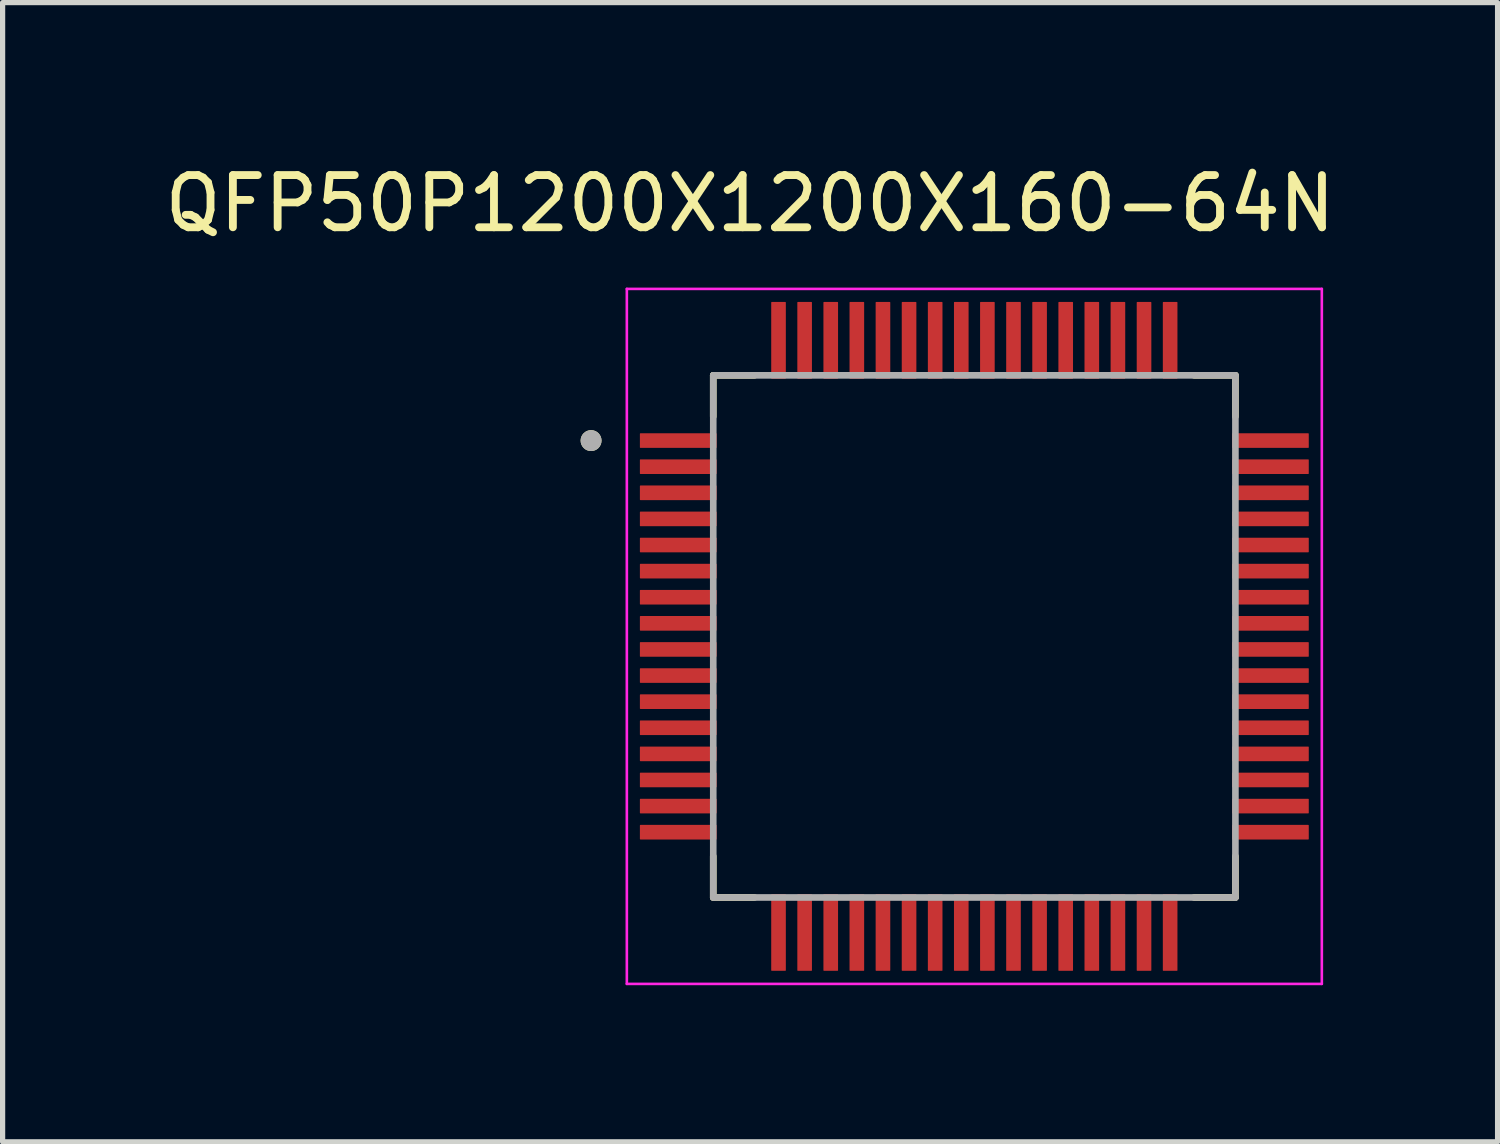
<source format=kicad_pcb>
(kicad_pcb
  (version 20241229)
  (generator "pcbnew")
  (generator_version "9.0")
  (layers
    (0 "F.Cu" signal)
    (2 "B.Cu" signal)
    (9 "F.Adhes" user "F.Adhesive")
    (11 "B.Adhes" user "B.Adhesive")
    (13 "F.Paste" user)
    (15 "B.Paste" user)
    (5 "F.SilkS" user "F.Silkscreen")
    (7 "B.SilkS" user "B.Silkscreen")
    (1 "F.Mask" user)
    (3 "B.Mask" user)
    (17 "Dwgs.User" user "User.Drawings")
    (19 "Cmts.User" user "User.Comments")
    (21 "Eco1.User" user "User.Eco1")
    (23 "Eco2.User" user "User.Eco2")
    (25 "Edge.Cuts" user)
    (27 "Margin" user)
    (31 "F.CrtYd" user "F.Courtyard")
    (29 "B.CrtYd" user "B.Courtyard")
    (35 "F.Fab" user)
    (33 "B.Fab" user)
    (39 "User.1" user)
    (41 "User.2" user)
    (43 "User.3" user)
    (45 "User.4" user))
  (footprint "QFP50P1200X1200X160-64N"
    (layer "F.Cu")
    (at 15.61 9.138)
    (property "Reference" "QFP50P1200X1200X160-64N" (at -4.295 -8.29 0) (layer "F.SilkS") (effects (font (size 1 1) (thickness 0.15))))
    (attr through_hole)
    (fp_line (start -5 -5) (end -5 -4.21) (stroke (width 0.127) (type solid)) (layer "F.SilkS"))
    (fp_line (start -5 -5) (end -4.21 -5) (stroke (width 0.127) (type solid)) (layer "F.SilkS"))
    (fp_line (start -5 5) (end -5 4.21) (stroke (width 0.127) (type solid)) (layer "F.SilkS"))
    (fp_line (start -5 5) (end -4.21 5) (stroke (width 0.127) (type solid)) (layer "F.SilkS"))
    (fp_line (start 5 -5) (end 4.21 -5) (stroke (width 0.127) (type solid)) (layer "F.SilkS"))
    (fp_line (start 5 -5) (end 5 -4.21) (stroke (width 0.127) (type solid)) (layer "F.SilkS"))
    (fp_line (start 5 5) (end 4.21 5) (stroke (width 0.127) (type solid)) (layer "F.SilkS"))
    (fp_line (start 5 5) (end 5 4.21) (stroke (width 0.127) (type solid)) (layer "F.SilkS"))
    (fp_circle (center -7.34 -3.75) (end -7.24 -3.75) (stroke (width 0.2) (type solid)) (fill no) (layer "F.SilkS"))
    (fp_line (start -6.655 -6.655) (end 6.655 -6.655) (stroke (width 0.05) (type solid)) (layer "F.CrtYd"))
    (fp_line (start -6.655 6.655) (end -6.655 -6.655) (stroke (width 0.05) (type solid)) (layer "F.CrtYd"))
    (fp_line (start -6.655 6.655) (end 6.655 6.655) (stroke (width 0.05) (type solid)) (layer "F.CrtYd"))
    (fp_line (start 6.655 6.655) (end 6.655 -6.655) (stroke (width 0.05) (type solid)) (layer "F.CrtYd"))
    (fp_line (start -5 5) (end -5 -5) (stroke (width 0.127) (type solid)) (layer "F.Fab"))
    (fp_line (start 5 -5) (end -5 -5) (stroke (width 0.127) (type solid)) (layer "F.Fab"))
    (fp_line (start 5 5) (end -5 5) (stroke (width 0.127) (type solid)) (layer "F.Fab"))
    (fp_line (start 5 5) (end 5 -5) (stroke (width 0.127) (type solid)) (layer "F.Fab"))
    (fp_circle (center -7.34 -3.75) (end -7.24 -3.75) (stroke (width 0.2) (type solid)) (fill no) (layer "F.Fab"))
    (pad "1" smd roundrect (at -5.67 -3.75) (size 1.47 0.28) (layers "F.Cu" "F.Mask" "F.Paste") (roundrect_rratio 0.04))
    (pad "2" smd roundrect (at -5.67 -3.25) (size 1.47 0.28) (layers "F.Cu" "F.Mask" "F.Paste") (roundrect_rratio 0.04))
    (pad "3" smd roundrect (at -5.67 -2.75) (size 1.47 0.28) (layers "F.Cu" "F.Mask" "F.Paste") (roundrect_rratio 0.04))
    (pad "4" smd roundrect (at -5.67 -2.25) (size 1.47 0.28) (layers "F.Cu" "F.Mask" "F.Paste") (roundrect_rratio 0.04))
    (pad "5" smd roundrect (at -5.67 -1.75) (size 1.47 0.28) (layers "F.Cu" "F.Mask" "F.Paste") (roundrect_rratio 0.04))
    (pad "6" smd roundrect (at -5.67 -1.25) (size 1.47 0.28) (layers "F.Cu" "F.Mask" "F.Paste") (roundrect_rratio 0.04))
    (pad "7" smd roundrect (at -5.67 -0.75) (size 1.47 0.28) (layers "F.Cu" "F.Mask" "F.Paste") (roundrect_rratio 0.04))
    (pad "8" smd roundrect (at -5.67 -0.25) (size 1.47 0.28) (layers "F.Cu" "F.Mask" "F.Paste") (roundrect_rratio 0.04))
    (pad "9" smd roundrect (at -5.67 0.25) (size 1.47 0.28) (layers "F.Cu" "F.Mask" "F.Paste") (roundrect_rratio 0.04))
    (pad "10" smd roundrect (at -5.67 0.75) (size 1.47 0.28) (layers "F.Cu" "F.Mask" "F.Paste") (roundrect_rratio 0.04))
    (pad "11" smd roundrect (at -5.67 1.25) (size 1.47 0.28) (layers "F.Cu" "F.Mask" "F.Paste") (roundrect_rratio 0.04))
    (pad "12" smd roundrect (at -5.67 1.75) (size 1.47 0.28) (layers "F.Cu" "F.Mask" "F.Paste") (roundrect_rratio 0.04))
    (pad "13" smd roundrect (at -5.67 2.25) (size 1.47 0.28) (layers "F.Cu" "F.Mask" "F.Paste") (roundrect_rratio 0.04))
    (pad "14" smd roundrect (at -5.67 2.75) (size 1.47 0.28) (layers "F.Cu" "F.Mask" "F.Paste") (roundrect_rratio 0.04))
    (pad "15" smd roundrect (at -5.67 3.25) (size 1.47 0.28) (layers "F.Cu" "F.Mask" "F.Paste") (roundrect_rratio 0.04))
    (pad "16" smd roundrect (at -5.67 3.75) (size 1.47 0.28) (layers "F.Cu" "F.Mask" "F.Paste") (roundrect_rratio 0.04))
    (pad "17" smd roundrect (at -3.75 5.67 90) (size 1.47 0.28) (layers "F.Cu" "F.Mask" "F.Paste") (roundrect_rratio 0.04))
    (pad "18" smd roundrect (at -3.25 5.67 90) (size 1.47 0.28) (layers "F.Cu" "F.Mask" "F.Paste") (roundrect_rratio 0.04))
    (pad "19" smd roundrect (at -2.75 5.67 90) (size 1.47 0.28) (layers "F.Cu" "F.Mask" "F.Paste") (roundrect_rratio 0.04))
    (pad "20" smd roundrect (at -2.25 5.67 90) (size 1.47 0.28) (layers "F.Cu" "F.Mask" "F.Paste") (roundrect_rratio 0.04))
    (pad "21" smd roundrect (at -1.75 5.67 90) (size 1.47 0.28) (layers "F.Cu" "F.Mask" "F.Paste") (roundrect_rratio 0.04))
    (pad "22" smd roundrect (at -1.25 5.67 90) (size 1.47 0.28) (layers "F.Cu" "F.Mask" "F.Paste") (roundrect_rratio 0.04))
    (pad "23" smd roundrect (at -0.75 5.67 90) (size 1.47 0.28) (layers "F.Cu" "F.Mask" "F.Paste") (roundrect_rratio 0.04))
    (pad "24" smd roundrect (at -0.25 5.67 90) (size 1.47 0.28) (layers "F.Cu" "F.Mask" "F.Paste") (roundrect_rratio 0.04))
    (pad "25" smd roundrect (at 0.25 5.67 90) (size 1.47 0.28) (layers "F.Cu" "F.Mask" "F.Paste") (roundrect_rratio 0.04))
    (pad "26" smd roundrect (at 0.75 5.67 90) (size 1.47 0.28) (layers "F.Cu" "F.Mask" "F.Paste") (roundrect_rratio 0.04))
    (pad "27" smd roundrect (at 1.25 5.67 90) (size 1.47 0.28) (layers "F.Cu" "F.Mask" "F.Paste") (roundrect_rratio 0.04))
    (pad "28" smd roundrect (at 1.75 5.67 90) (size 1.47 0.28) (layers "F.Cu" "F.Mask" "F.Paste") (roundrect_rratio 0.04))
    (pad "29" smd roundrect (at 2.25 5.67 90) (size 1.47 0.28) (layers "F.Cu" "F.Mask" "F.Paste") (roundrect_rratio 0.04))
    (pad "30" smd roundrect (at 2.75 5.67 90) (size 1.47 0.28) (layers "F.Cu" "F.Mask" "F.Paste") (roundrect_rratio 0.04))
    (pad "31" smd roundrect (at 3.25 5.67 90) (size 1.47 0.28) (layers "F.Cu" "F.Mask" "F.Paste") (roundrect_rratio 0.04))
    (pad "32" smd roundrect (at 3.75 5.67 90) (size 1.47 0.28) (layers "F.Cu" "F.Mask" "F.Paste") (roundrect_rratio 0.04))
    (pad "33" smd roundrect (at 5.67 3.75) (size 1.47 0.28) (layers "F.Cu" "F.Mask" "F.Paste") (roundrect_rratio 0.04))
    (pad "34" smd roundrect (at 5.67 3.25) (size 1.47 0.28) (layers "F.Cu" "F.Mask" "F.Paste") (roundrect_rratio 0.04))
    (pad "35" smd roundrect (at 5.67 2.75) (size 1.47 0.28) (layers "F.Cu" "F.Mask" "F.Paste") (roundrect_rratio 0.04))
    (pad "36" smd roundrect (at 5.67 2.25) (size 1.47 0.28) (layers "F.Cu" "F.Mask" "F.Paste") (roundrect_rratio 0.04))
    (pad "37" smd roundrect (at 5.67 1.75) (size 1.47 0.28) (layers "F.Cu" "F.Mask" "F.Paste") (roundrect_rratio 0.04))
    (pad "38" smd roundrect (at 5.67 1.25) (size 1.47 0.28) (layers "F.Cu" "F.Mask" "F.Paste") (roundrect_rratio 0.04))
    (pad "39" smd roundrect (at 5.67 0.75) (size 1.47 0.28) (layers "F.Cu" "F.Mask" "F.Paste") (roundrect_rratio 0.04))
    (pad "40" smd roundrect (at 5.67 0.25) (size 1.47 0.28) (layers "F.Cu" "F.Mask" "F.Paste") (roundrect_rratio 0.04))
    (pad "41" smd roundrect (at 5.67 -0.25) (size 1.47 0.28) (layers "F.Cu" "F.Mask" "F.Paste") (roundrect_rratio 0.04))
    (pad "42" smd roundrect (at 5.67 -0.75) (size 1.47 0.28) (layers "F.Cu" "F.Mask" "F.Paste") (roundrect_rratio 0.04))
    (pad "43" smd roundrect (at 5.67 -1.25) (size 1.47 0.28) (layers "F.Cu" "F.Mask" "F.Paste") (roundrect_rratio 0.04))
    (pad "44" smd roundrect (at 5.67 -1.75) (size 1.47 0.28) (layers "F.Cu" "F.Mask" "F.Paste") (roundrect_rratio 0.04))
    (pad "45" smd roundrect (at 5.67 -2.25) (size 1.47 0.28) (layers "F.Cu" "F.Mask" "F.Paste") (roundrect_rratio 0.04))
    (pad "46" smd roundrect (at 5.67 -2.75) (size 1.47 0.28) (layers "F.Cu" "F.Mask" "F.Paste") (roundrect_rratio 0.04))
    (pad "47" smd roundrect (at 5.67 -3.25) (size 1.47 0.28) (layers "F.Cu" "F.Mask" "F.Paste") (roundrect_rratio 0.04))
    (pad "48" smd roundrect (at 5.67 -3.75) (size 1.47 0.28) (layers "F.Cu" "F.Mask" "F.Paste") (roundrect_rratio 0.04))
    (pad "49" smd roundrect (at 3.75 -5.67 90) (size 1.47 0.28) (layers "F.Cu" "F.Mask" "F.Paste") (roundrect_rratio 0.04))
    (pad "50" smd roundrect (at 3.25 -5.67 90) (size 1.47 0.28) (layers "F.Cu" "F.Mask" "F.Paste") (roundrect_rratio 0.04))
    (pad "51" smd roundrect (at 2.75 -5.67 90) (size 1.47 0.28) (layers "F.Cu" "F.Mask" "F.Paste") (roundrect_rratio 0.04))
    (pad "52" smd roundrect (at 2.25 -5.67 90) (size 1.47 0.28) (layers "F.Cu" "F.Mask" "F.Paste") (roundrect_rratio 0.04))
    (pad "53" smd roundrect (at 1.75 -5.67 90) (size 1.47 0.28) (layers "F.Cu" "F.Mask" "F.Paste") (roundrect_rratio 0.04))
    (pad "54" smd roundrect (at 1.25 -5.67 90) (size 1.47 0.28) (layers "F.Cu" "F.Mask" "F.Paste") (roundrect_rratio 0.04))
    (pad "55" smd roundrect (at 0.75 -5.67 90) (size 1.47 0.28) (layers "F.Cu" "F.Mask" "F.Paste") (roundrect_rratio 0.04))
    (pad "56" smd roundrect (at 0.25 -5.67 90) (size 1.47 0.28) (layers "F.Cu" "F.Mask" "F.Paste") (roundrect_rratio 0.04))
    (pad "57" smd roundrect (at -0.25 -5.67 90) (size 1.47 0.28) (layers "F.Cu" "F.Mask" "F.Paste") (roundrect_rratio 0.04))
    (pad "58" smd roundrect (at -0.75 -5.67 90) (size 1.47 0.28) (layers "F.Cu" "F.Mask" "F.Paste") (roundrect_rratio 0.04))
    (pad "59" smd roundrect (at -1.25 -5.67 90) (size 1.47 0.28) (layers "F.Cu" "F.Mask" "F.Paste") (roundrect_rratio 0.04))
    (pad "60" smd roundrect (at -1.75 -5.67 90) (size 1.47 0.28) (layers "F.Cu" "F.Mask" "F.Paste") (roundrect_rratio 0.04))
    (pad "61" smd roundrect (at -2.25 -5.67 90) (size 1.47 0.28) (layers "F.Cu" "F.Mask" "F.Paste") (roundrect_rratio 0.04))
    (pad "62" smd roundrect (at -2.75 -5.67 90) (size 1.47 0.28) (layers "F.Cu" "F.Mask" "F.Paste") (roundrect_rratio 0.04))
    (pad "63" smd roundrect (at -3.25 -5.67 90) (size 1.47 0.28) (layers "F.Cu" "F.Mask" "F.Paste") (roundrect_rratio 0.04))
    (pad "64" smd roundrect (at -3.75 -5.67 90) (size 1.47 0.28) (layers "F.Cu" "F.Mask" "F.Paste") (roundrect_rratio 0.04)))
  (gr_rect
    (start -3 -3)
    (end 25.631 18.818)
    (stroke (width 0.1) (type default))
    (fill no)
    (layer "Edge.Cuts")))
</source>
